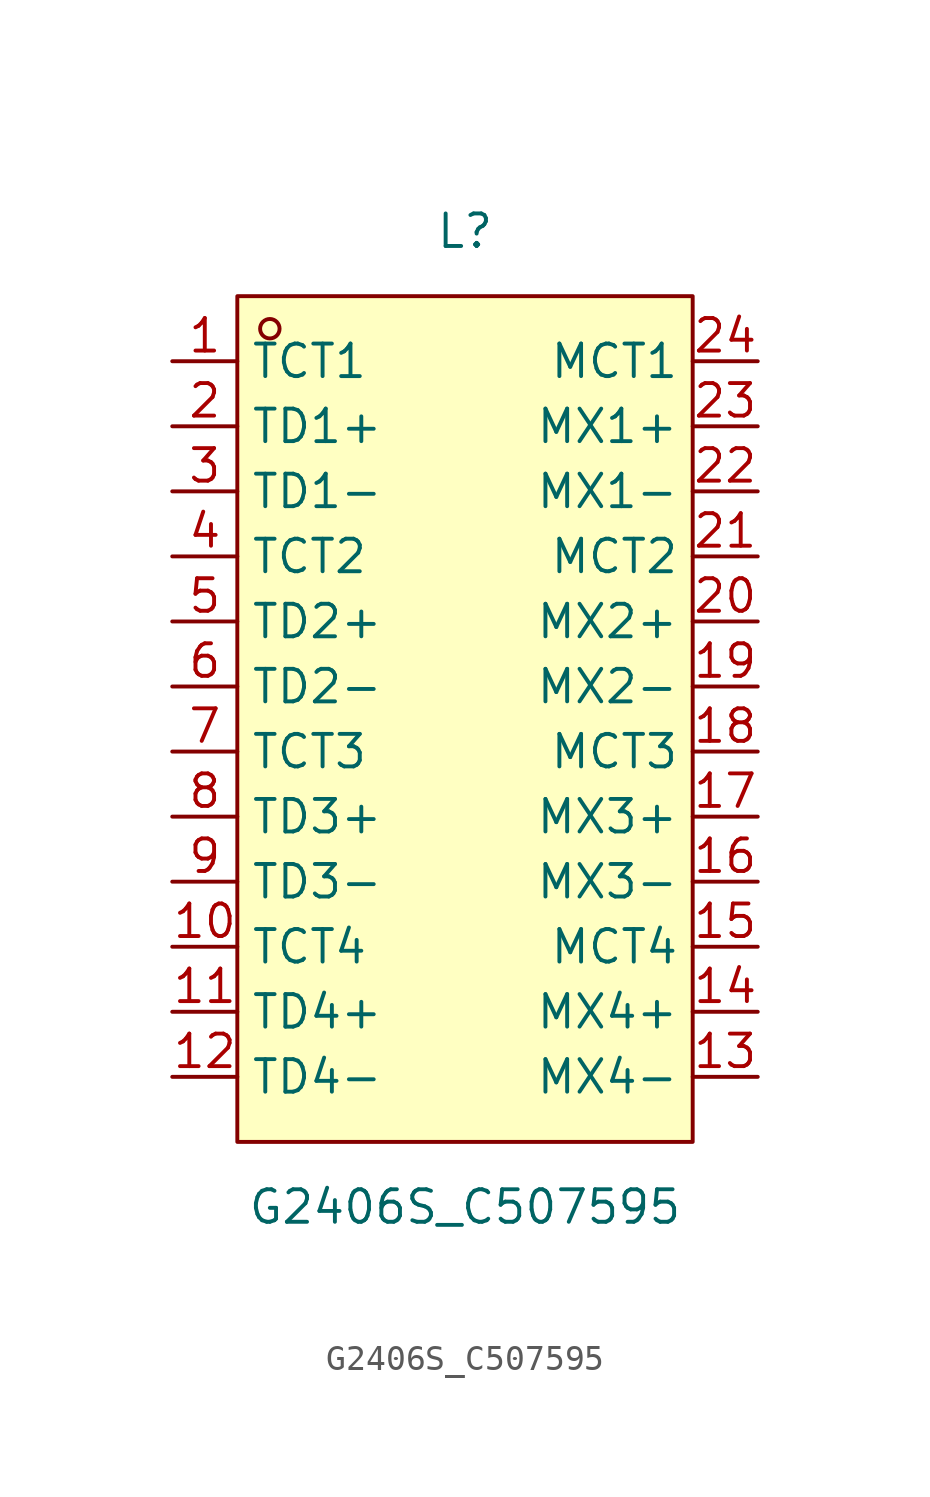
<source format=kicad_sym>
(kicad_symbol_lib
  (version 20211014)
  (generator https://github.com/uPesy/easyeda2kicad.py)
  (symbol "G2406S_C507595"
    (property "Reference" "L"
      (at 0 19.05 0)
      (effects (font (size 1.27 1.27))))
    (property "Value" "G2406S_C507595"
      (at 0 -19.05 0)
      (effects (font (size 1.27 1.27))))
    (symbol "G2406S_C507595_0_1"
      (rectangle (start -8.89 16.51) (end 8.89 -16.51) (stroke (width 0) (type default) (color 0 0 0 0)) (fill (type background)))
      (circle (center -7.62 15.24) (radius 0.38) (stroke (width 0) (type default) (color 0 0 0 0)) (fill (type none)))
      (pin unspecified line (at -11.43 13.97 0) (length 2.54) (name "TCT1" (effects (font (size 1.27 1.27)))) (number "1" (effects (font (size 1.27 1.27)))))
      (pin unspecified line (at -11.43 11.43 0) (length 2.54) (name "TD1+" (effects (font (size 1.27 1.27)))) (number "2" (effects (font (size 1.27 1.27)))))
      (pin unspecified line (at -11.43 8.89 0) (length 2.54) (name "TD1-" (effects (font (size 1.27 1.27)))) (number "3" (effects (font (size 1.27 1.27)))))
      (pin unspecified line (at -11.43 6.35 0) (length 2.54) (name "TCT2" (effects (font (size 1.27 1.27)))) (number "4" (effects (font (size 1.27 1.27)))))
      (pin unspecified line (at -11.43 3.81 0) (length 2.54) (name "TD2+" (effects (font (size 1.27 1.27)))) (number "5" (effects (font (size 1.27 1.27)))))
      (pin unspecified line (at -11.43 1.27 0) (length 2.54) (name "TD2-" (effects (font (size 1.27 1.27)))) (number "6" (effects (font (size 1.27 1.27)))))
      (pin unspecified line (at -11.43 -1.27 0) (length 2.54) (name "TCT3" (effects (font (size 1.27 1.27)))) (number "7" (effects (font (size 1.27 1.27)))))
      (pin unspecified line (at -11.43 -3.81 0) (length 2.54) (name "TD3+" (effects (font (size 1.27 1.27)))) (number "8" (effects (font (size 1.27 1.27)))))
      (pin unspecified line (at -11.43 -6.35 0) (length 2.54) (name "TD3-" (effects (font (size 1.27 1.27)))) (number "9" (effects (font (size 1.27 1.27)))))
      (pin unspecified line (at -11.43 -8.89 0) (length 2.54) (name "TCT4" (effects (font (size 1.27 1.27)))) (number "10" (effects (font (size 1.27 1.27)))))
      (pin unspecified line (at -11.43 -11.43 0) (length 2.54) (name "TD4+" (effects (font (size 1.27 1.27)))) (number "11" (effects (font (size 1.27 1.27)))))
      (pin unspecified line (at -11.43 -13.97 0) (length 2.54) (name "TD4-" (effects (font (size 1.27 1.27)))) (number "12" (effects (font (size 1.27 1.27)))))
      (pin unspecified line (at 11.43 -13.97 180) (length 2.54) (name "MX4-" (effects (font (size 1.27 1.27)))) (number "13" (effects (font (size 1.27 1.27)))))
      (pin unspecified line (at 11.43 -11.43 180) (length 2.54) (name "MX4+" (effects (font (size 1.27 1.27)))) (number "14" (effects (font (size 1.27 1.27)))))
      (pin unspecified line (at 11.43 -8.89 180) (length 2.54) (name "MCT4" (effects (font (size 1.27 1.27)))) (number "15" (effects (font (size 1.27 1.27)))))
      (pin unspecified line (at 11.43 -6.35 180) (length 2.54) (name "MX3-" (effects (font (size 1.27 1.27)))) (number "16" (effects (font (size 1.27 1.27)))))
      (pin unspecified line (at 11.43 -3.81 180) (length 2.54) (name "MX3+" (effects (font (size 1.27 1.27)))) (number "17" (effects (font (size 1.27 1.27)))))
      (pin unspecified line (at 11.43 -1.27 180) (length 2.54) (name "MCT3" (effects (font (size 1.27 1.27)))) (number "18" (effects (font (size 1.27 1.27)))))
      (pin unspecified line (at 11.43 1.27 180) (length 2.54) (name "MX2-" (effects (font (size 1.27 1.27)))) (number "19" (effects (font (size 1.27 1.27)))))
      (pin unspecified line (at 11.43 3.81 180) (length 2.54) (name "MX2+" (effects (font (size 1.27 1.27)))) (number "20" (effects (font (size 1.27 1.27)))))
      (pin unspecified line (at 11.43 6.35 180) (length 2.54) (name "MCT2" (effects (font (size 1.27 1.27)))) (number "21" (effects (font (size 1.27 1.27)))))
      (pin unspecified line (at 11.43 8.89 180) (length 2.54) (name "MX1-" (effects (font (size 1.27 1.27)))) (number "22" (effects (font (size 1.27 1.27)))))
      (pin unspecified line (at 11.43 11.43 180) (length 2.54) (name "MX1+" (effects (font (size 1.27 1.27)))) (number "23" (effects (font (size 1.27 1.27)))))
      (pin unspecified line (at 11.43 13.97 180) (length 2.54) (name "MCT1" (effects (font (size 1.27 1.27)))) (number "24" (effects (font (size 1.27 1.27))))))))
</source>
